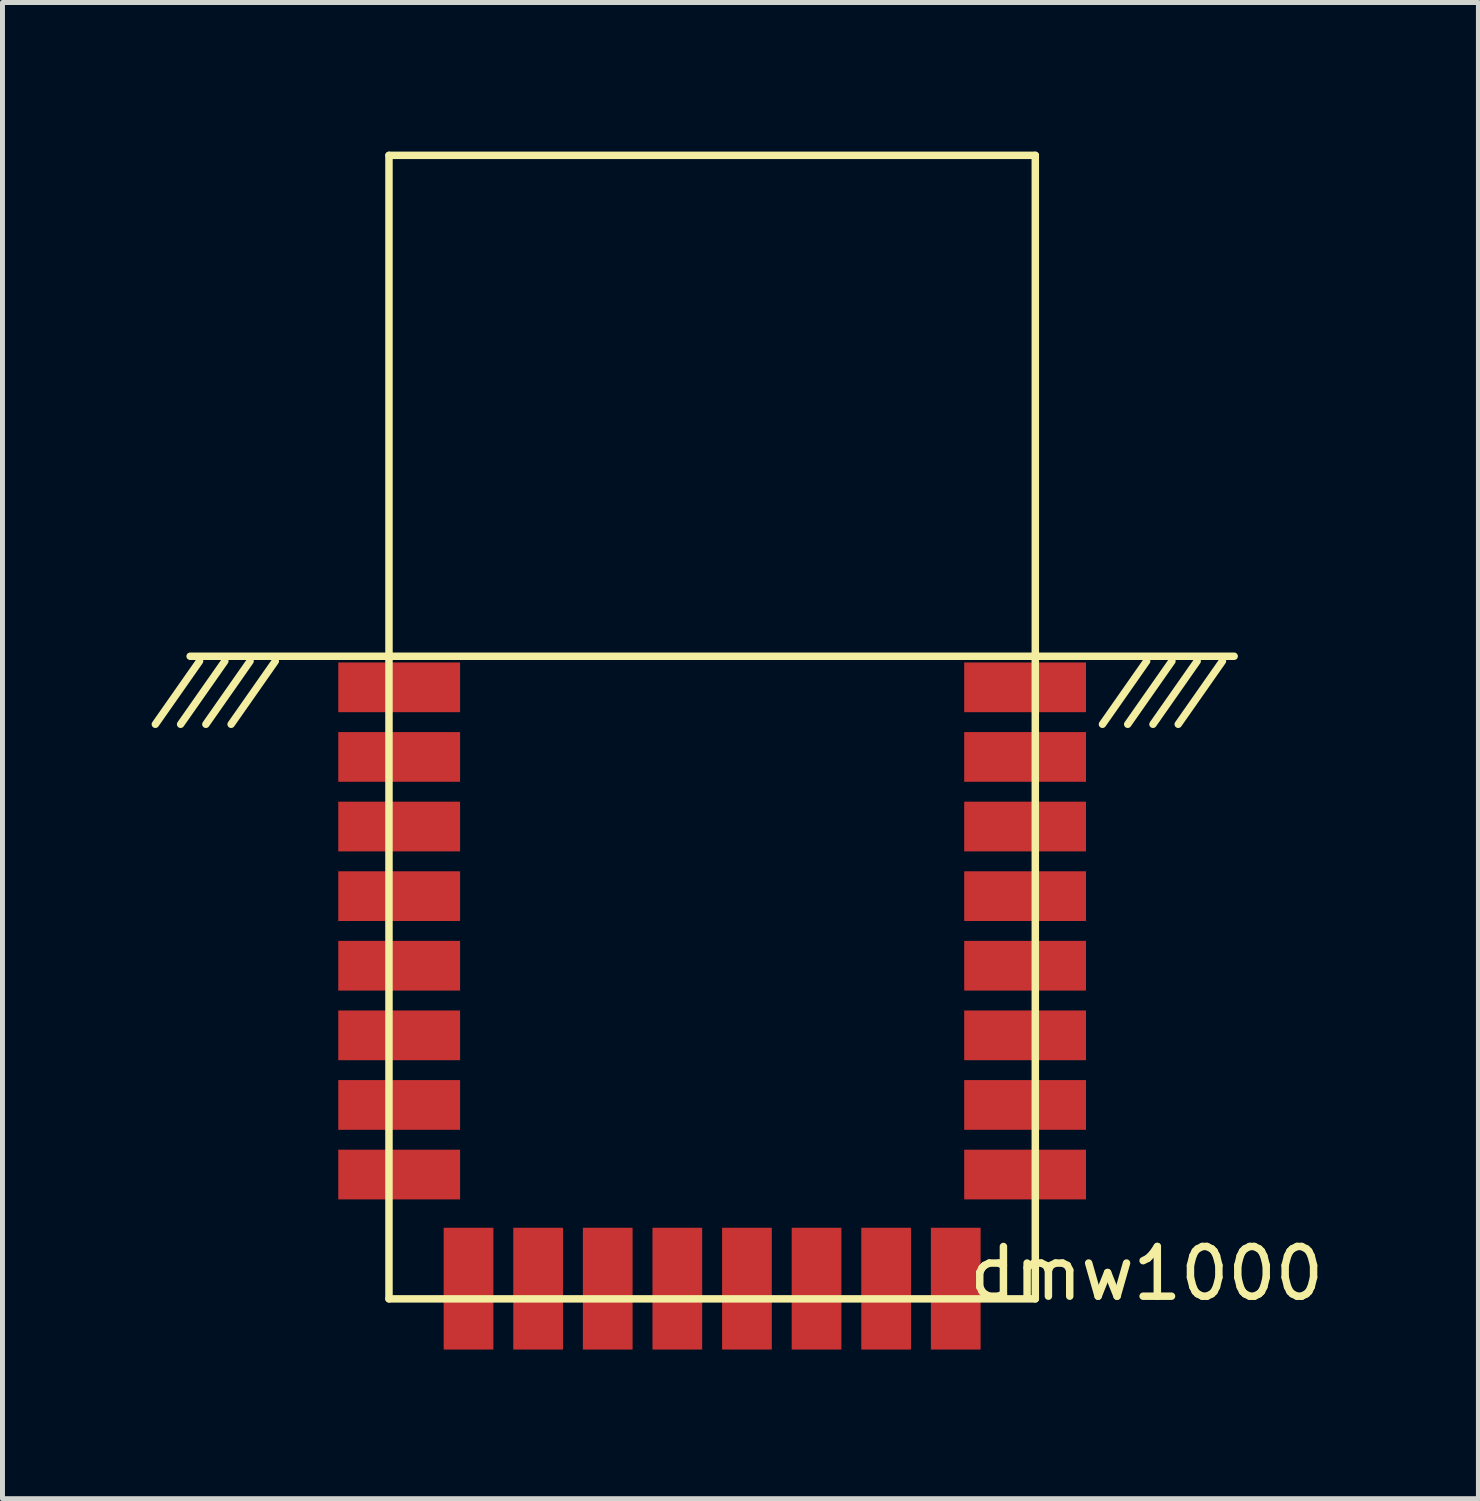
<source format=kicad_pcb>
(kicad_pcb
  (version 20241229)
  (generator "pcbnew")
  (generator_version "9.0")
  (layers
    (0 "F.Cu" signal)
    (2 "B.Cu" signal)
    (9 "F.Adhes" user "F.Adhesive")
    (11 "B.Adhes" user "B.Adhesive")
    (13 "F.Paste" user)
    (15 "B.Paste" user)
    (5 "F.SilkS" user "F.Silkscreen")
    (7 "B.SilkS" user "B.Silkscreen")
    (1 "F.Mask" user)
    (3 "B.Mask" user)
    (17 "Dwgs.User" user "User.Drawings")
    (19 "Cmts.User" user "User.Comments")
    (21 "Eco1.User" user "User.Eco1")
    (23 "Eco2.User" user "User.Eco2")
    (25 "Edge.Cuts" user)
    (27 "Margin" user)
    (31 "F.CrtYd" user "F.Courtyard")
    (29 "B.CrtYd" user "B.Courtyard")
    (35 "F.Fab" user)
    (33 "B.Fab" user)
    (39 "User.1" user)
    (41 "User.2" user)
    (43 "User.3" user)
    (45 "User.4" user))
  (footprint "dmw1000"
    (layer "F.Cu")
    (at 4.774 23.075)
    (property "Reference" "dmw1000" (at 15.24 -0.508 0) (layer "F.SilkS") (effects (font (size 1 1) (thickness 0.15))))
    (attr through_hole)
    (fp_line (start -4 -12.925) (end 17 -12.925) (stroke (width 0.15) (type solid)) (layer "F.SilkS"))
    (fp_line (start -3.81 -12.827) (end -4.699 -11.557) (stroke (width 0.15) (type solid)) (layer "F.SilkS"))
    (fp_line (start -3.302 -12.827) (end -4.191 -11.557) (stroke (width 0.15) (type solid)) (layer "F.SilkS"))
    (fp_line (start -2.794 -12.827) (end -3.683 -11.557) (stroke (width 0.15) (type solid)) (layer "F.SilkS"))
    (fp_line (start -2.286 -12.827) (end -3.175 -11.557) (stroke (width 0.15) (type solid)) (layer "F.SilkS"))
    (fp_line (start 0 -23) (end 13 -23) (stroke (width 0.15) (type solid)) (layer "F.SilkS"))
    (fp_line (start 0 0) (end 0 -23) (stroke (width 0.15) (type solid)) (layer "F.SilkS"))
    (fp_line (start 13 -23) (end 13 0) (stroke (width 0.15) (type solid)) (layer "F.SilkS"))
    (fp_line (start 13 0) (end 0 0) (stroke (width 0.15) (type solid)) (layer "F.SilkS"))
    (fp_line (start 15.24 -12.827) (end 14.351 -11.557) (stroke (width 0.15) (type solid)) (layer "F.SilkS"))
    (fp_line (start 15.748 -12.827) (end 14.859 -11.557) (stroke (width 0.15) (type solid)) (layer "F.SilkS"))
    (fp_line (start 16.256 -12.827) (end 15.367 -11.557) (stroke (width 0.15) (type solid)) (layer "F.SilkS"))
    (fp_line (start 16.764 -12.827) (end 15.875 -11.557) (stroke (width 0.15) (type solid)) (layer "F.SilkS"))
    (pad "1" smd rect (at 0.205 -12.3) (size 2.45 1) (layers "F.Cu" "F.Mask" "F.Paste"))
    (pad "2" smd rect (at 0.205 -10.9) (size 2.45 1) (layers "F.Cu" "F.Mask" "F.Paste"))
    (pad "3" smd rect (at 0.205 -9.5) (size 2.45 1) (layers "F.Cu" "F.Mask" "F.Paste"))
    (pad "4" smd rect (at 0.205 -8.1) (size 2.45 1) (layers "F.Cu" "F.Mask" "F.Paste"))
    (pad "5" smd rect (at 0.205 -6.7) (size 2.45 1) (layers "F.Cu" "F.Mask" "F.Paste"))
    (pad "6" smd rect (at 0.205 -5.3) (size 2.45 1) (layers "F.Cu" "F.Mask" "F.Paste"))
    (pad "7" smd rect (at 0.205 -3.9) (size 2.45 1) (layers "F.Cu" "F.Mask" "F.Paste"))
    (pad "8" smd rect (at 0.205 -2.5) (size 2.45 1) (layers "F.Cu" "F.Mask" "F.Paste"))
    (pad "9" smd rect (at 1.6 -0.205) (size 1 2.45) (layers "F.Cu" "F.Mask" "F.Paste"))
    (pad "10" smd rect (at 3 -0.205) (size 1 2.45) (layers "F.Cu" "F.Mask" "F.Paste"))
    (pad "11" smd rect (at 4.4 -0.205) (size 1 2.45) (layers "F.Cu" "F.Mask" "F.Paste"))
    (pad "12" smd rect (at 5.8 -0.205) (size 1 2.45) (layers "F.Cu" "F.Mask" "F.Paste"))
    (pad "13" smd rect (at 7.2 -0.205) (size 1 2.45) (layers "F.Cu" "F.Mask" "F.Paste"))
    (pad "14" smd rect (at 8.6 -0.205) (size 1 2.45) (layers "F.Cu" "F.Mask" "F.Paste"))
    (pad "15" smd rect (at 10 -0.205) (size 1 2.45) (layers "F.Cu" "F.Mask" "F.Paste"))
    (pad "16" smd rect (at 11.4 -0.205) (size 1 2.45) (layers "F.Cu" "F.Mask" "F.Paste"))
    (pad "17" smd rect (at 12.795 -2.5) (size 2.45 1) (layers "F.Cu" "F.Mask" "F.Paste"))
    (pad "18" smd rect (at 12.795 -3.9) (size 2.45 1) (layers "F.Cu" "F.Mask" "F.Paste"))
    (pad "19" smd rect (at 12.795 -5.3) (size 2.45 1) (layers "F.Cu" "F.Mask" "F.Paste"))
    (pad "20" smd rect (at 12.795 -6.7) (size 2.45 1) (layers "F.Cu" "F.Mask" "F.Paste"))
    (pad "21" smd rect (at 12.795 -8.1) (size 2.45 1) (layers "F.Cu" "F.Mask" "F.Paste"))
    (pad "22" smd rect (at 12.795 -9.5) (size 2.45 1) (layers "F.Cu" "F.Mask" "F.Paste"))
    (pad "23" smd rect (at 12.795 -10.9) (size 2.45 1) (layers "F.Cu" "F.Mask" "F.Paste"))
    (pad "24" smd rect (at 12.795 -12.3) (size 2.45 1) (layers "F.Cu" "F.Mask" "F.Paste")))
  (gr_rect
    (start -3 -3)
    (end 26.687 27.095)
    (stroke (width 0.1) (type default))
    (fill no)
    (layer "Edge.Cuts")))
</source>
